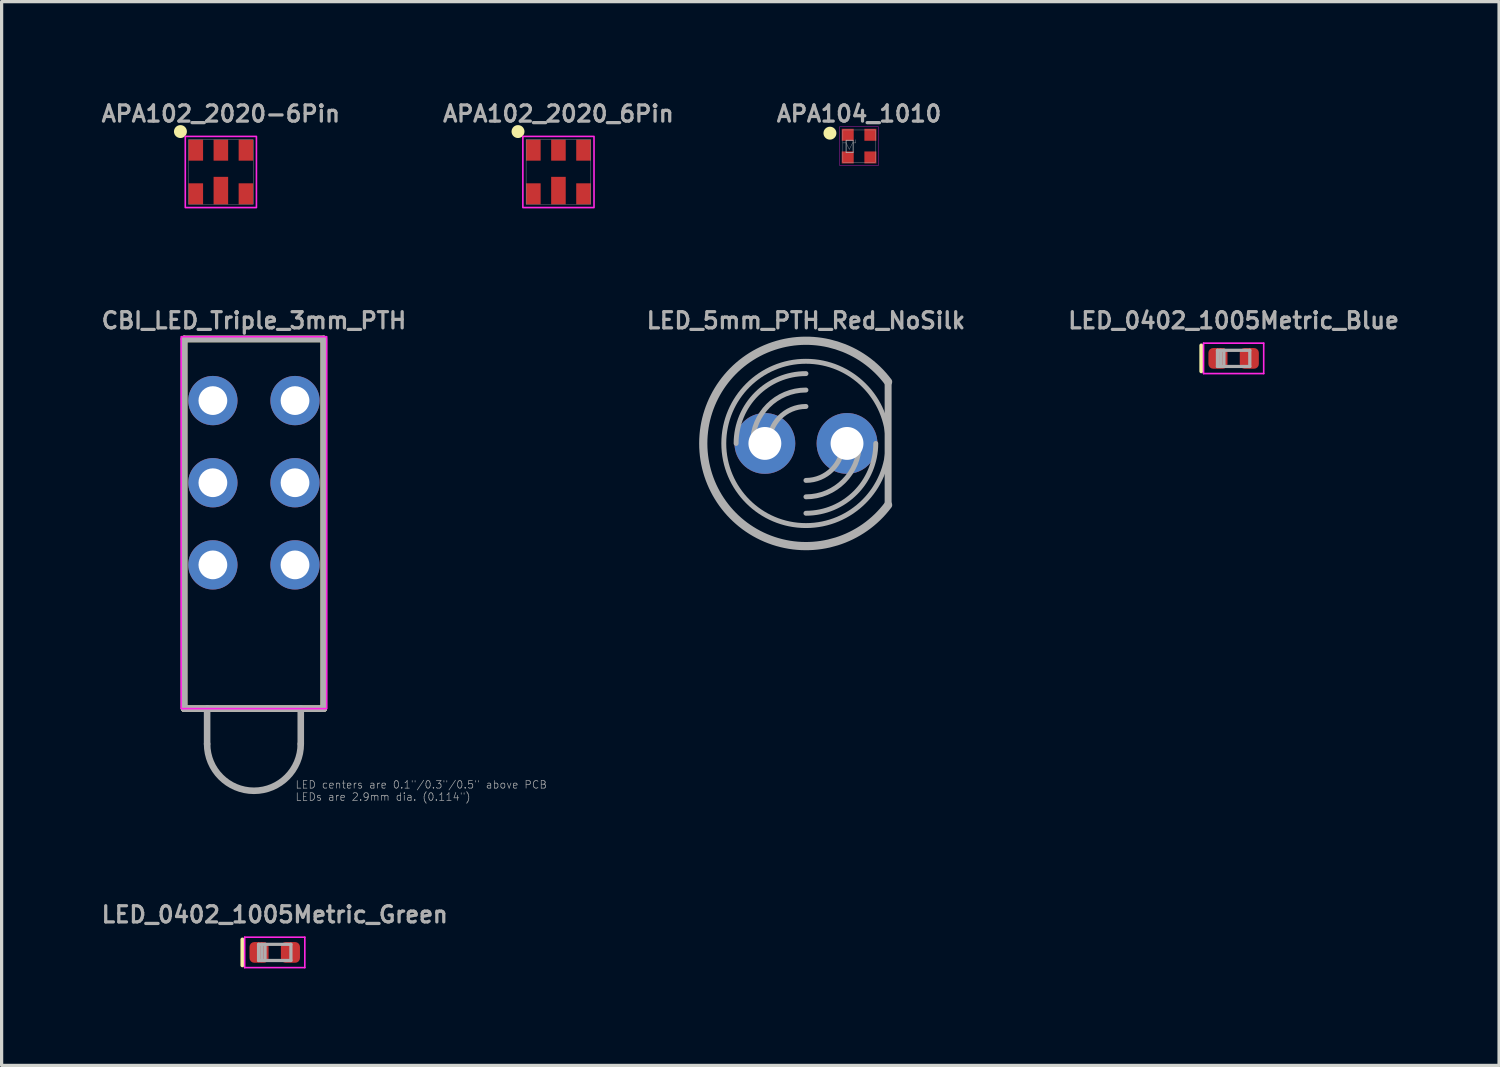
<source format=kicad_pcb>
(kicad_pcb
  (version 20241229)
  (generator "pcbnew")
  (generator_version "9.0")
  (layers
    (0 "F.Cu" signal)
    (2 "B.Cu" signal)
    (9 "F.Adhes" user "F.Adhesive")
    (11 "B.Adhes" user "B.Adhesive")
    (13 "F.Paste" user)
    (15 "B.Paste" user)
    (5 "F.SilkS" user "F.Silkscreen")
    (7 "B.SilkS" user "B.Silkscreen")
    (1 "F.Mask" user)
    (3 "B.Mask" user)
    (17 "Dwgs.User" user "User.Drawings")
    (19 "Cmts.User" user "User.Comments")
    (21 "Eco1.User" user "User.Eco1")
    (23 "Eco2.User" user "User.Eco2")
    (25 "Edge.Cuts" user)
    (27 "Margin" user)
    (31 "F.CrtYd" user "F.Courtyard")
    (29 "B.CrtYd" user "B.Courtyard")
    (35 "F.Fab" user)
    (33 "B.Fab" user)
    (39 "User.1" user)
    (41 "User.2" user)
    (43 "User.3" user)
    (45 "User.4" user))
  (footprint "LED_0402_1005Metric_Blue"
    (layer "F.Cu")
    (at 35.094 8.031)
    (property "Reference" "LED_0402_1005Metric_Blue" (at 0 -1.17 0) (layer "F.Fab") (effects (font (size 0.5 0.5) (thickness 0.1))))
    (attr smd)
    (fp_line (start -1 -0.4) (end -1 0.4) (stroke (width 0.12) (type solid)) (layer "F.SilkS"))
    (fp_line (start -0.93 -0.47) (end 0.93 -0.47) (stroke (width 0.05) (type solid)) (layer "F.CrtYd"))
    (fp_line (start -0.93 0.47) (end -0.93 -0.47) (stroke (width 0.05) (type solid)) (layer "F.CrtYd"))
    (fp_line (start 0.93 -0.47) (end 0.93 0.47) (stroke (width 0.05) (type solid)) (layer "F.CrtYd"))
    (fp_line (start 0.93 0.47) (end -0.93 0.47) (stroke (width 0.05) (type solid)) (layer "F.CrtYd"))
    (fp_line (start -0.5 -0.25) (end 0.5 -0.25) (stroke (width 0.1) (type solid)) (layer "F.Fab"))
    (fp_line (start -0.5 0.25) (end -0.5 -0.25) (stroke (width 0.1) (type solid)) (layer "F.Fab"))
    (fp_line (start -0.4 0.25) (end -0.4 -0.25) (stroke (width 0.1) (type solid)) (layer "F.Fab"))
    (fp_line (start -0.3 0.25) (end -0.3 -0.25) (stroke (width 0.1) (type solid)) (layer "F.Fab"))
    (fp_line (start 0.5 -0.25) (end 0.5 0.25) (stroke (width 0.1) (type solid)) (layer "F.Fab"))
    (fp_line (start 0.5 0.25) (end -0.5 0.25) (stroke (width 0.1) (type solid)) (layer "F.Fab"))
    (pad "1" smd roundrect (at -0.485 0) (size 0.59 0.64) (layers "F.Cu" "F.Mask" "F.Paste") (roundrect_rratio 0.25))
    (pad "2" smd roundrect (at 0.485 0) (size 0.59 0.64) (layers "F.Cu" "F.Mask" "F.Paste") (roundrect_rratio 0.25)))
  (footprint "CBI_LED_Triple_3mm_PTH"
    (layer "F.Cu")
    (at 4.802 18.861)
    (property "Reference" "CBI_LED_Triple_3mm_PTH" (at 0 -12 0) (layer "F.Fab") (effects (font (size 0.5 0.5) (thickness 0.1) (bold yes))))
    (attr through_hole)
    (fp_line (start -2.159 -11.43) (end 2.159 -11.43) (stroke (width 0.203) (type solid)) (layer "F.SilkS"))
    (fp_line (start -2.159 0) (end -2.159 -11.43) (stroke (width 0.203) (type solid)) (layer "F.SilkS"))
    (fp_line (start -2.159 0) (end 2.159 0) (stroke (width 0.203) (type solid)) (layer "F.SilkS"))
    (fp_line (start 2.159 0) (end 2.159 -11.43) (stroke (width 0.203) (type solid)) (layer "F.SilkS"))
    (fp_rect (start -2.25 -11.5) (end 2.25 0) (stroke (width 0.05) (type default)) (fill no) (layer "F.CrtYd"))
    (fp_line (start -2.159 -11.43) (end 2.159 -11.43) (stroke (width 0.203) (type solid)) (layer "F.Fab"))
    (fp_line (start -2.159 0) (end -2.159 -11.43) (stroke (width 0.203) (type solid)) (layer "F.Fab"))
    (fp_line (start -2.159 0) (end -1.448 0) (stroke (width 0.203) (type solid)) (layer "F.Fab"))
    (fp_line (start -1.448 0) (end -1.448 1.092) (stroke (width 0.203) (type solid)) (layer "F.Fab"))
    (fp_line (start -1.448 0) (end 1.448 0) (stroke (width 0.203) (type solid)) (layer "F.Fab"))
    (fp_line (start 1.448 0) (end 1.448 1.092) (stroke (width 0.203) (type solid)) (layer "F.Fab"))
    (fp_line (start 1.448 0) (end 2.159 0) (stroke (width 0.203) (type solid)) (layer "F.Fab"))
    (fp_line (start 2.159 0) (end 2.159 -11.43) (stroke (width 0.203) (type solid)) (layer "F.Fab"))
    (fp_arc (start 1.4478 1.0922) (mid 0 2.54) (end -1.4478 1.0922) (stroke (width 0.2032) (type solid)) (layer "F.Fab"))
    (fp_text user "LED centers are 0.1\"/0.3\"/0.5\" above PCB\nLEDs are 2.9mm dia. (0.114\")" (at 1.27 2.54 0) (layer "F.Fab") (effects (font (size 0.234 0.234) (thickness 0.02)) (justify left)))
    (pad "ANODE_1" thru_hole circle (at -1.27 -9.525) (size 1.524 1.524) (drill 0.889) (layers "*.Cu" "*.Mask"))
    (pad "ANODE_2" thru_hole circle (at -1.27 -6.985) (size 1.524 1.524) (drill 0.889) (layers "*.Cu" "*.Mask"))
    (pad "ANODE_3" thru_hole circle (at -1.27 -4.445) (size 1.524 1.524) (drill 0.889) (layers "*.Cu" "*.Mask"))
    (pad "CATHODE_1" thru_hole circle (at 1.27 -9.525) (size 1.524 1.524) (drill 0.889) (layers "*.Cu" "*.Mask"))
    (pad "CATHODE_2" thru_hole circle (at 1.27 -6.985) (size 1.524 1.524) (drill 0.889) (layers "*.Cu" "*.Mask"))
    (pad "CATHODE_3" thru_hole circle (at 1.27 -4.445) (size 1.524 1.524) (drill 0.889) (layers "*.Cu" "*.Mask")))
  (footprint "LED_5mm_PTH_Red_NoSilk"
    (layer "F.Cu")
    (at 21.87 10.661)
    (property "Reference" "LED_5mm_PTH_Red_NoSilk" (at 0 -3.8 0) (unlocked yes) (layer "F.Fab") (effects (font (size 0.5 0.5) (thickness 0.1))))
    (attr through_hole)
    (fp_line (start 2.54 1.905) (end 2.54 -1.905) (stroke (width 0.203) (type solid)) (layer "F.Fab"))
    (fp_line (start 2.54 1.905) (end 2.54 -1.905) (stroke (width 0.203) (type solid)) (layer "F.Fab"))
    (fp_arc (start -2.159 0) (mid -1.526644 -1.526644) (end 0 -2.159) (stroke (width 0.1524) (type solid)) (layer "F.Fab"))
    (fp_arc (start -1.651 0) (mid -1.167433 -1.167433) (end 0 -1.651) (stroke (width 0.1524) (type solid)) (layer "F.Fab"))
    (fp_arc (start -1.143 0) (mid -0.808223 -0.808223) (end 0 -1.143) (stroke (width 0.1524) (type solid)) (layer "F.Fab"))
    (fp_arc (start 1.143 0) (mid 0.808223 0.808223) (end 0 1.143) (stroke (width 0.1524) (type solid)) (layer "F.Fab"))
    (fp_arc (start 1.651 0) (mid 1.167433 1.167433) (end 0 1.651) (stroke (width 0.1524) (type solid)) (layer "F.Fab"))
    (fp_arc (start 2.159 0) (mid 1.526644 1.526644) (end 0 2.159) (stroke (width 0.1524) (type solid)) (layer "F.Fab"))
    (fp_arc (start 2.54 1.905) (mid -3.175 0) (end 2.54 -1.905) (stroke (width 0.254) (type solid)) (layer "F.Fab"))
    (fp_circle (center 0 0) (end 2.54 0) (stroke (width 0.152) (type solid)) (fill no) (layer "F.Fab"))
    (pad "1" thru_hole circle (at 1.27 0) (size 1.88 1.88) (drill 1.016) (layers "*.Cu" "*.Mask"))
    (pad "2" thru_hole circle (at -1.27 0) (size 1.88 1.88) (drill 1.016) (layers "*.Cu" "*.Mask")))
  (footprint "LED_0402_1005Metric_Green"
    (layer "F.Cu")
    (at 5.445 26.399)
    (property "Reference" "LED_0402_1005Metric_Green" (at 0 -1.17 0) (layer "F.Fab") (effects (font (size 0.5 0.5) (thickness 0.1))))
    (attr smd)
    (fp_line (start -1 -0.4) (end -1 0.4) (stroke (width 0.12) (type solid)) (layer "F.SilkS"))
    (fp_line (start -0.93 -0.47) (end 0.93 -0.47) (stroke (width 0.05) (type solid)) (layer "F.CrtYd"))
    (fp_line (start -0.93 0.47) (end -0.93 -0.47) (stroke (width 0.05) (type solid)) (layer "F.CrtYd"))
    (fp_line (start 0.93 -0.47) (end 0.93 0.47) (stroke (width 0.05) (type solid)) (layer "F.CrtYd"))
    (fp_line (start 0.93 0.47) (end -0.93 0.47) (stroke (width 0.05) (type solid)) (layer "F.CrtYd"))
    (fp_line (start -0.5 -0.25) (end 0.5 -0.25) (stroke (width 0.1) (type solid)) (layer "F.Fab"))
    (fp_line (start -0.5 0.25) (end -0.5 -0.25) (stroke (width 0.1) (type solid)) (layer "F.Fab"))
    (fp_line (start -0.4 0.25) (end -0.4 -0.25) (stroke (width 0.1) (type solid)) (layer "F.Fab"))
    (fp_line (start -0.3 0.25) (end -0.3 -0.25) (stroke (width 0.1) (type solid)) (layer "F.Fab"))
    (fp_line (start 0.5 -0.25) (end 0.5 0.25) (stroke (width 0.1) (type solid)) (layer "F.Fab"))
    (fp_line (start 0.5 0.25) (end -0.5 0.25) (stroke (width 0.1) (type solid)) (layer "F.Fab"))
    (pad "1" smd roundrect (at -0.485 0) (size 0.59 0.64) (layers "F.Cu" "F.Mask" "F.Paste") (roundrect_rratio 0.25))
    (pad "2" smd roundrect (at 0.485 0) (size 0.59 0.64) (layers "F.Cu" "F.Mask" "F.Paste") (roundrect_rratio 0.25)))
  (footprint "APA104_1010"
    (layer "F.Cu")
    (at 23.512 1.468)
    (property "Reference" "APA104_1010" (at 0 -1 0) (layer "F.Fab") (effects (font (size 0.5 0.5) (thickness 0.1) (bold yes))))
    (attr smd)
    (fp_circle (center -0.9 -0.4) (end -0.9 -0.3) (stroke (width 0.2) (type solid)) (fill yes) (layer "F.SilkS"))
    (fp_rect (start -0.6 -0.6) (end 0.6 0.6) (stroke (width 0.01) (type default)) (fill no) (layer "F.CrtYd"))
    (fp_line (start -0.5 -0.1) (end -0.4 -0.1) (stroke (width 0.01) (type default)) (layer "F.Fab"))
    (fp_line (start -0.3 0.1) (end -0.4 -0.1) (stroke (width 0.01) (type default)) (layer "F.Fab"))
    (fp_line (start -0.2 -0.1) (end -0.3 0.1) (stroke (width 0.01) (type default)) (layer "F.Fab"))
    (fp_line (start -0.1 -0.1) (end -0.2 -0.1) (stroke (width 0.01) (type default)) (layer "F.Fab"))
    (fp_line (start -0.1 -0.1) (end -0.1 -0.2) (stroke (width 0.01) (type default)) (layer "F.Fab"))
    (fp_rect (start -0.5 -0.5) (end 0.5 0.5) (stroke (width 0.01) (type default)) (fill no) (layer "F.Fab"))
    (fp_rect (start -0.4 -0.181) (end -0.182 0.2) (stroke (width 0.025) (type default)) (fill no) (layer "F.Fab"))
    (pad "1" smd rect (at -0.35 -0.35) (size 0.37 0.37) (layers "F.Cu" "F.Mask" "F.Paste"))
    (pad "2" smd rect (at -0.35 0.35) (size 0.37 0.37) (layers "F.Cu" "F.Mask" "F.Paste"))
    (pad "3" smd rect (at 0.35 0.35) (size 0.37 0.37) (layers "F.Cu" "F.Mask" "F.Paste"))
    (pad "4" smd rect (at 0.35 -0.35) (size 0.37 0.37) (layers "F.Cu" "F.Mask" "F.Paste")))
  (footprint "APA102_2020_6Pin"
    (layer "F.Cu")
    (at 14.217 2.268)
    (property "Reference" "APA102_2020_6Pin" (at 0 -1.8 0) (layer "F.Fab") (effects (font (size 0.5 0.5) (thickness 0.1) (bold yes))))
    (attr smd)
    (fp_circle (center -1.25 -1.25) (end -1.25 -1.15) (stroke (width 0.2) (type solid)) (fill yes) (layer "F.SilkS"))
    (fp_poly (pts (xy -1.1 -1.1) (xy 1.1 -1.1) (xy 1.1 1.1) (xy -1.1 1.1)) (stroke (width 0.05) (type default)) (fill no) (layer "F.CrtYd"))
    (fp_poly (pts (xy -1 -1) (xy 1 -1) (xy 1 1) (xy -1 1)) (stroke (width 0.01) (type default)) (fill no) (layer "F.Fab"))
    (pad "1" smd rect (at -0.775 -0.675) (size 0.45 0.65) (layers "F.Cu" "F.Mask" "F.Paste"))
    (pad "2" smd rect (at 0 -0.675) (size 0.45 0.65) (layers "F.Cu" "F.Mask" "F.Paste"))
    (pad "3" smd rect (at 0.775 -0.675) (size 0.45 0.65) (layers "F.Cu" "F.Mask" "F.Paste"))
    (pad "4" smd rect (at -0.775 0.675) (size 0.45 0.65) (layers "F.Cu" "F.Mask" "F.Paste"))
    (pad "5" smd rect (at 0 0.575) (size 0.45 0.85) (layers "F.Cu" "F.Mask" "F.Paste"))
    (pad "6" smd rect (at 0.775 0.675) (size 0.45 0.65) (layers "F.Cu" "F.Mask" "F.Paste")))
  (footprint "APA102_2020-6Pin"
    (layer "F.Cu")
    (at 3.779 2.268)
    (property "Reference" "APA102_2020-6Pin" (at 0 -1.8 0) (layer "F.Fab") (effects (font (size 0.5 0.5) (thickness 0.1) (bold yes))))
    (attr smd)
    (fp_circle (center -1.25 -1.25) (end -1.25 -1.15) (stroke (width 0.2) (type solid)) (fill yes) (layer "F.SilkS"))
    (fp_poly (pts (xy -1.1 -1.1) (xy 1.1 -1.1) (xy 1.1 1.1) (xy -1.1 1.1)) (stroke (width 0.05) (type default)) (fill no) (layer "F.CrtYd"))
    (fp_poly (pts (xy -1 -1) (xy 1 -1) (xy 1 1) (xy -1 1)) (stroke (width 0.01) (type default)) (fill no) (layer "F.Fab"))
    (pad "1" smd rect (at -0.775 -0.675) (size 0.45 0.65) (layers "F.Cu" "F.Mask" "F.Paste"))
    (pad "2" smd rect (at 0 -0.675) (size 0.45 0.65) (layers "F.Cu" "F.Mask" "F.Paste"))
    (pad "3" smd rect (at 0.775 -0.675) (size 0.45 0.65) (layers "F.Cu" "F.Mask" "F.Paste"))
    (pad "4" smd rect (at -0.775 0.675) (size 0.45 0.65) (layers "F.Cu" "F.Mask" "F.Paste"))
    (pad "5" smd rect (at 0 0.575) (size 0.45 0.85) (layers "F.Cu" "F.Mask" "F.Paste"))
    (pad "6" smd rect (at 0.775 0.675) (size 0.45 0.65) (layers "F.Cu" "F.Mask" "F.Paste")))
  (gr_rect
    (start -3 -3)
    (end 43.301 29.894)
    (stroke (width 0.1) (type default))
    (fill no)
    (layer "Edge.Cuts")))
</source>
